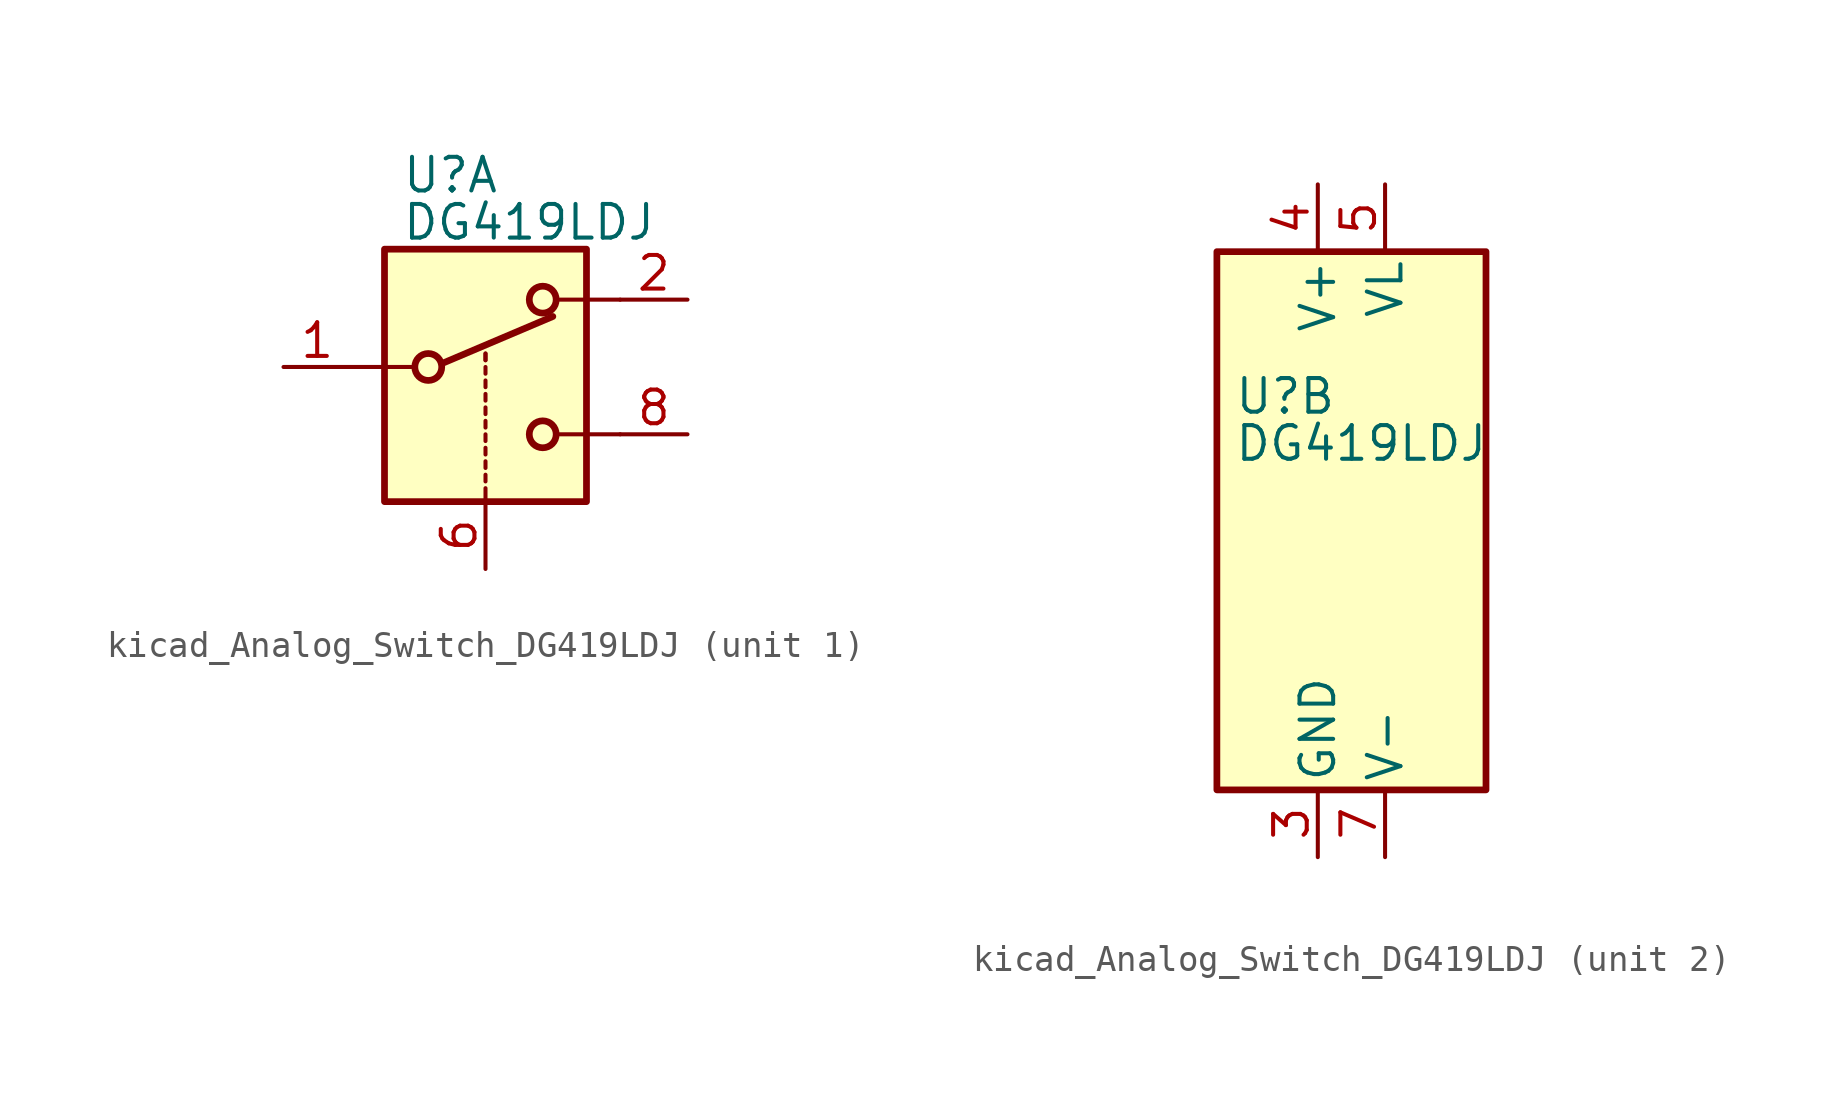
<source format=kicad_sym>
(kicad_symbol_lib
  (version 20220914)
  (generator kicad_symbol_editor)
  (symbol "kicad_Analog_Switch_DG419LDJ"
    (pin_names
      (offset 0.254))
    (property "Reference" "U"
      (at -3.175 4.699 0)
      (effects (font (size 1.27 1.27)) (justify left)))
    (property "Value" "DG419LDJ"
      (at -3.175 2.921 0)
      (effects (font (size 1.27 1.27)) (justify left)))
    (symbol "kicad_Analog_Switch_DG419LDJ_1_1"
      (rectangle (start -3.81 1.905) (end 3.81 -7.62) (stroke (width 0.254) (type default)) (fill (type background)))
      (circle (center -2.159 -2.54) (radius 0.508) (stroke (width 0.254) (type default)) (fill (type none)))
      (polyline (pts (xy -5.08 -2.54) (xy -2.794 -2.54)) (stroke (width 0) (type default)) (fill (type none)))
      (polyline (pts (xy -1.651 -2.413) (xy 2.54 -0.635)) (stroke (width 0.254) (type default)) (fill (type none)))
      (polyline (pts (xy 0 -7.62) (xy 0 -7.112)) (stroke (width 0) (type default)) (fill (type none)))
      (polyline (pts (xy 0 -6.858) (xy 0 -6.604)) (stroke (width 0) (type default)) (fill (type none)))
      (polyline (pts (xy 0 -6.35) (xy 0 -6.096)) (stroke (width 0) (type default)) (fill (type none)))
      (polyline (pts (xy 0 -5.842) (xy 0 -5.588)) (stroke (width 0) (type default)) (fill (type none)))
      (polyline (pts (xy 0 -5.334) (xy 0 -5.08)) (stroke (width 0) (type default)) (fill (type none)))
      (polyline (pts (xy 0 -4.826) (xy 0 -4.572)) (stroke (width 0) (type default)) (fill (type none)))
      (polyline (pts (xy 0 -4.318) (xy 0 -4.064)) (stroke (width 0) (type default)) (fill (type none)))
      (polyline (pts (xy 0 -3.81) (xy 0 -3.556)) (stroke (width 0) (type default)) (fill (type none)))
      (polyline (pts (xy 0 -3.302) (xy 0 -3.048)) (stroke (width 0) (type default)) (fill (type none)))
      (polyline (pts (xy 0 -2.794) (xy 0 -2.54)) (stroke (width 0) (type default)) (fill (type none)))
      (polyline (pts (xy 0 -2.286) (xy 0 -2.032)) (stroke (width 0) (type default)) (fill (type none)))
      (polyline (pts (xy 0 -2.286) (xy 0 -2.032)) (stroke (width 0) (type default)) (fill (type none)))
      (polyline (pts (xy 5.08 -5.08) (xy 2.794 -5.08)) (stroke (width 0) (type default)) (fill (type none)))
      (polyline (pts (xy 5.08 0) (xy 2.794 0)) (stroke (width 0) (type default)) (fill (type none)))
      (circle (center 2.159 -5.08) (radius 0.508) (stroke (width 0.254) (type default)) (fill (type none)))
      (circle (center 2.159 0) (radius 0.508) (stroke (width 0.254) (type default)) (fill (type none)))
      (pin passive line (at -7.62 -2.54 0) (length 2.54) (name "~" (effects (font (size 1.27 1.27)))) (number "1" (effects (font (size 1.27 1.27)))))
      (pin passive line (at 7.62 0 180) (length 2.54) (name "~" (effects (font (size 1.27 1.27)))) (number "2" (effects (font (size 1.27 1.27)))))
      (pin input line (at 0 -10.16 90) (length 2.54) (name "~" (effects (font (size 1.27 1.27)))) (number "6" (effects (font (size 1.27 1.27)))))
      (pin passive line (at 7.62 -5.08 180) (length 2.54) (name "~" (effects (font (size 1.27 1.27)))) (number "8" (effects (font (size 1.27 1.27))))))
    (symbol "kicad_Analog_Switch_DG419LDJ_2_0"
      (pin power_in line (at 0 -12.7 90) (length 2.54) (name "GND" (effects (font (size 1.27 1.27)))) (number "3" (effects (font (size 1.27 1.27)))))
      (pin power_in line (at 0 12.7 270) (length 2.54) (name "V+" (effects (font (size 1.27 1.27)))) (number "4" (effects (font (size 1.27 1.27)))))
      (pin power_in line (at 2.54 12.7 270) (length 2.54) (name "VL" (effects (font (size 1.27 1.27)))) (number "5" (effects (font (size 1.27 1.27)))))
      (pin power_in line (at 2.54 -12.7 90) (length 2.54) (name "V-" (effects (font (size 1.27 1.27)))) (number "7" (effects (font (size 1.27 1.27))))))
    (symbol "kicad_Analog_Switch_DG419LDJ_2_1"
      (rectangle (start -3.81 10.16) (end 6.35 -10.16) (stroke (width 0.254) (type default)) (fill (type background))))))
</source>
